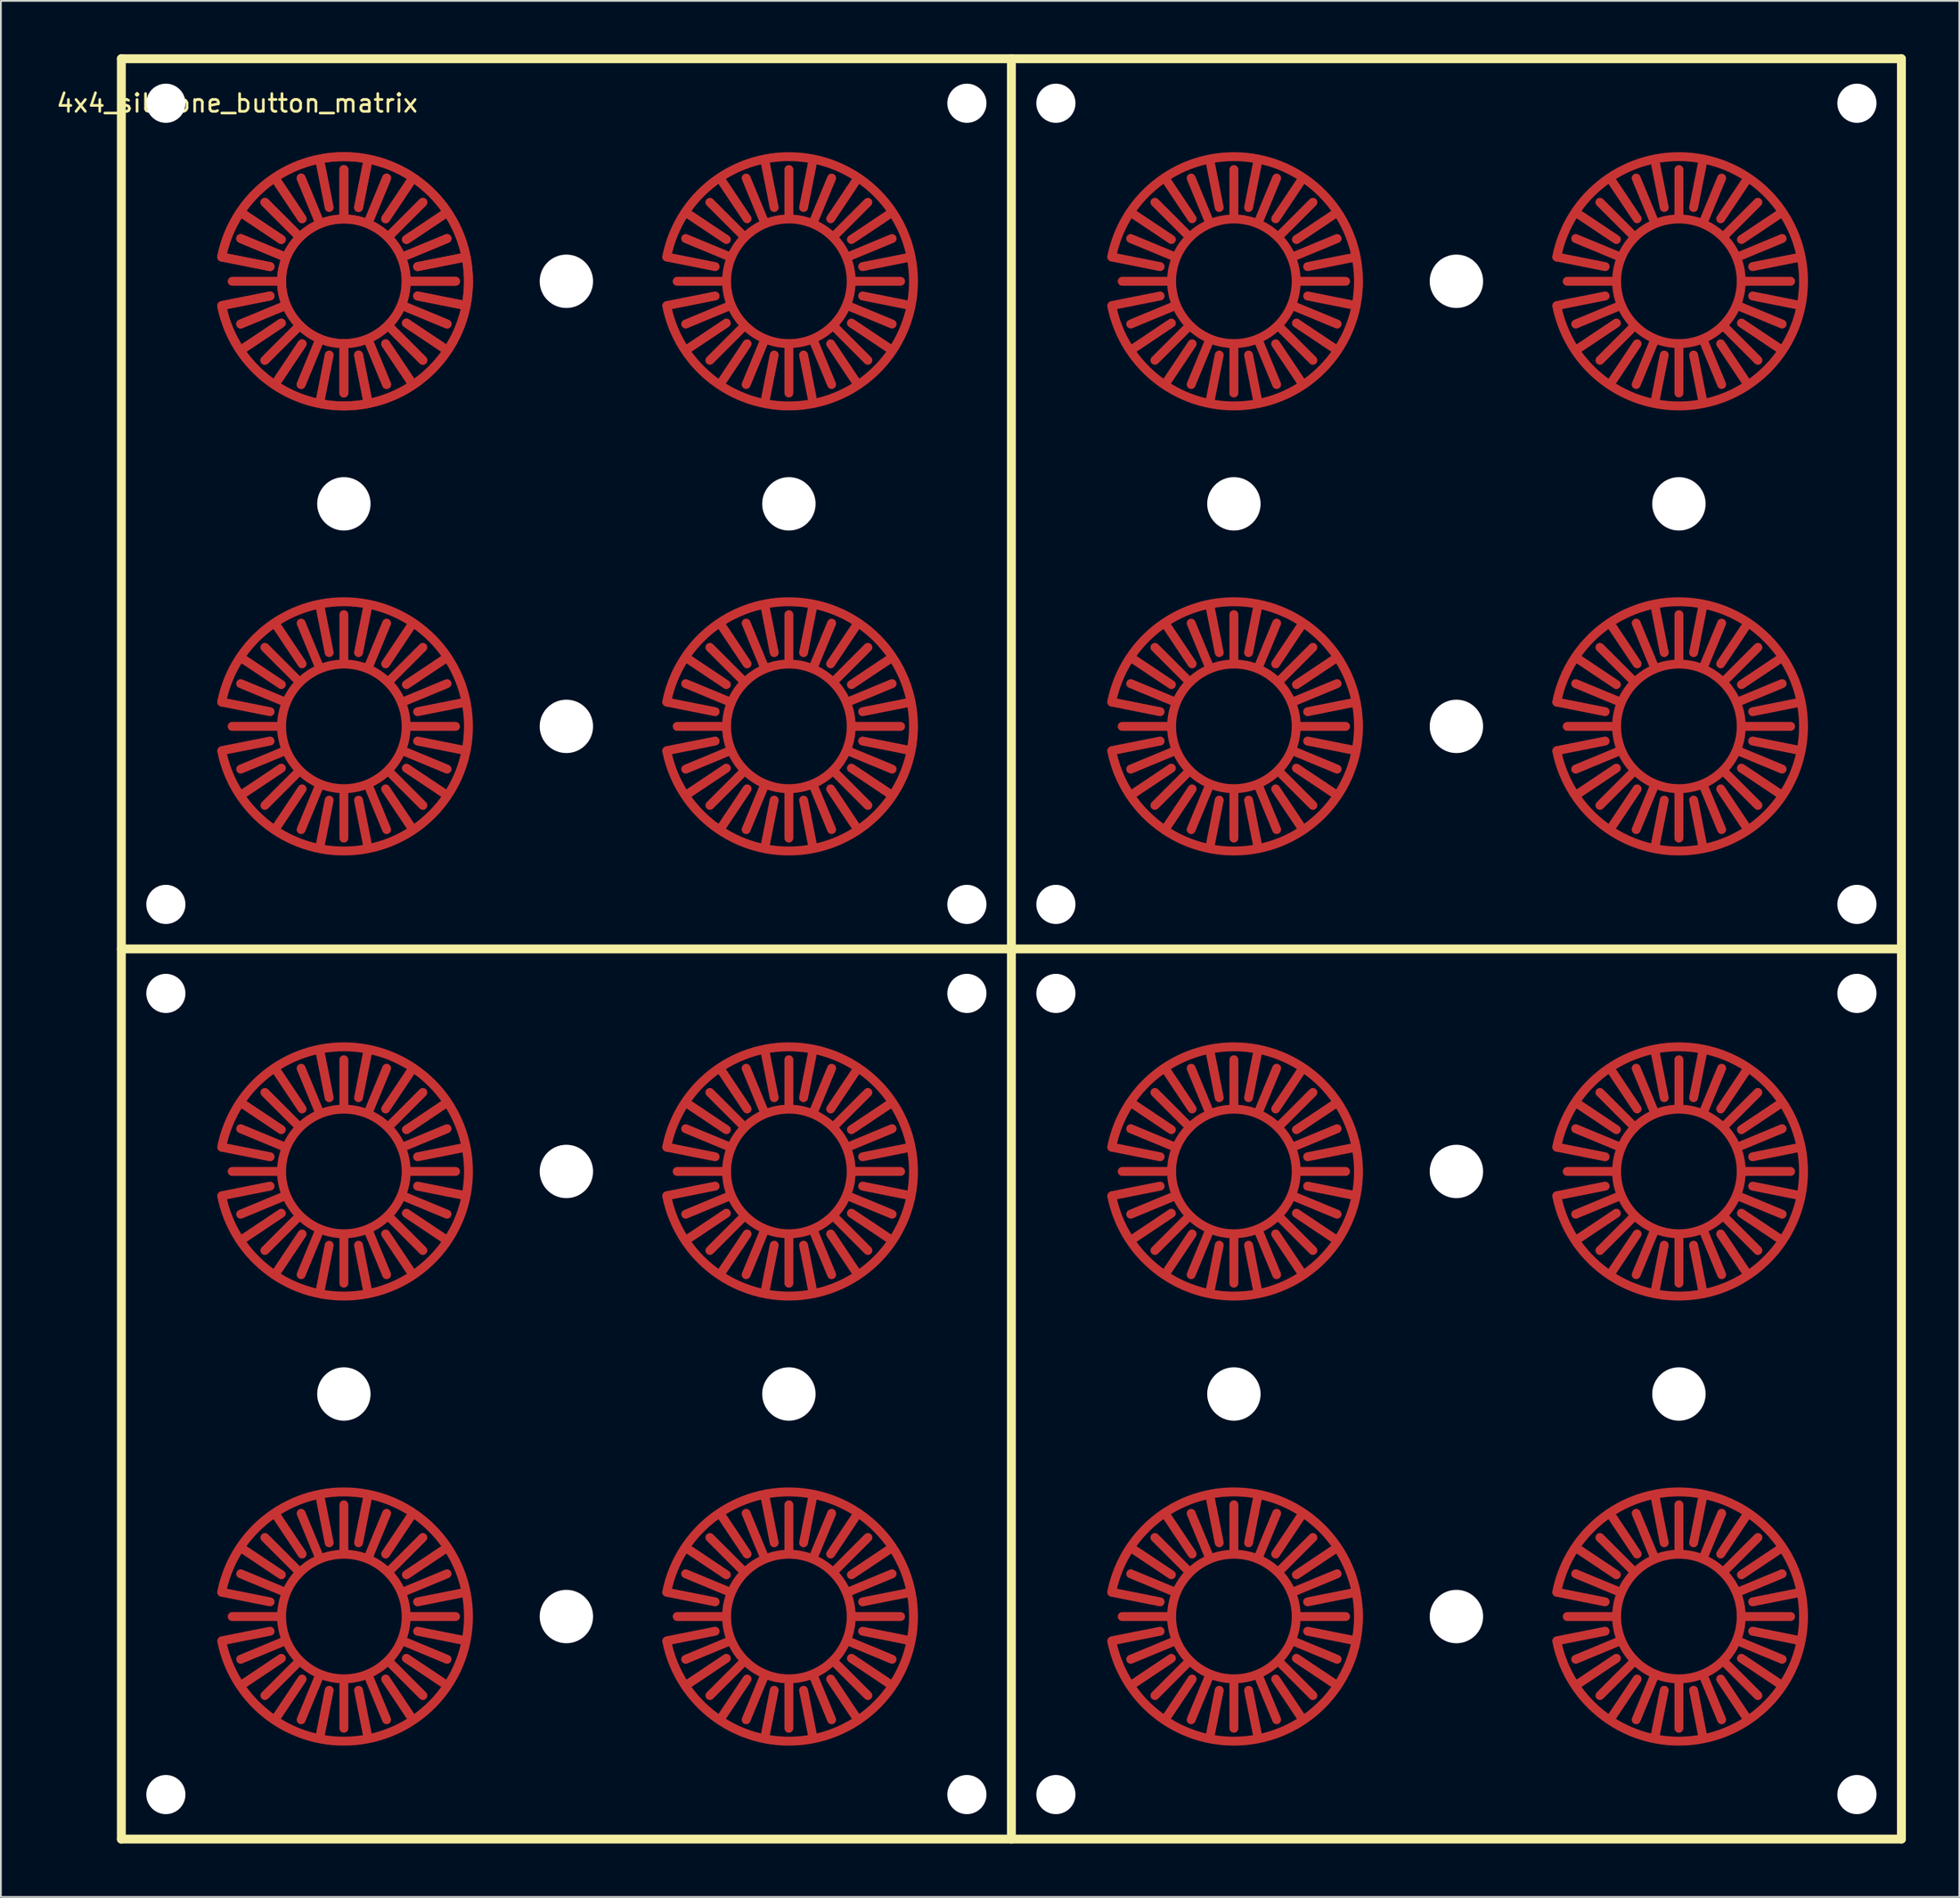
<source format=kicad_pcb>
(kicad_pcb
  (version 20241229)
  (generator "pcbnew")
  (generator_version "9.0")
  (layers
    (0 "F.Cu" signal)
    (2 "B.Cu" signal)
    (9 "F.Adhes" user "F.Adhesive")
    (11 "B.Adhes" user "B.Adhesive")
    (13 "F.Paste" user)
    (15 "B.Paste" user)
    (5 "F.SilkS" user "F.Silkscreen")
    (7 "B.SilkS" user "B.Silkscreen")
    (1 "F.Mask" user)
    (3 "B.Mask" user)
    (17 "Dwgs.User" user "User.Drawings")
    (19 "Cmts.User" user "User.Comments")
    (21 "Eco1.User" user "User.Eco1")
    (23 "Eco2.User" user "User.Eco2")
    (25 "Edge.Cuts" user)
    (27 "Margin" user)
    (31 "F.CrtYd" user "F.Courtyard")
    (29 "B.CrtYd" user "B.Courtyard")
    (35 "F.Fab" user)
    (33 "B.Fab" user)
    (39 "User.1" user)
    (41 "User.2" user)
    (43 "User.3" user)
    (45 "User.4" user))
  (footprint "4x4_silicone_button_matrix"
    (layer "F.Cu")
    (at 53.768 50.25)
    (property "Reference" "4x4_silicone_button_matrix" (at -43.5 -47.5 0) (layer "F.SilkS") (effects (font (size 1 1) (thickness 0.15))))
    (attr through_hole)
    (fp_arc (start -44.365497 -38.865632) (mid -30.500003 -37.506109) (end -44.363103 -36.122387) (stroke (width 0.5) (type solid)) (layer "F.Cu"))
    (fp_arc (start -44.365497 -38.865632) (mid -30.500003 -37.506109) (end -44.363103 -36.122387) (stroke (width 0.5) (type solid)) (layer "F.Cu"))
    (fp_arc (start -44.365497 -13.865632) (mid -30.500003 -12.506109) (end -44.363103 -11.122387) (stroke (width 0.5) (type solid)) (layer "F.Cu"))
    (fp_arc (start -44.365497 11.134368) (mid -30.500003 12.493891) (end -44.363103 13.877613) (stroke (width 0.5) (type solid)) (layer "F.Cu"))
    (fp_arc (start -44.365497 36.134368) (mid -30.500003 37.493891) (end -44.363103 38.877613) (stroke (width 0.5) (type solid)) (layer "F.Cu"))
    (fp_arc (start -19.365497 -38.865632) (mid -5.500003 -37.506109) (end -19.363103 -36.122387) (stroke (width 0.5) (type solid)) (layer "F.Cu"))
    (fp_arc (start -19.365497 -13.865632) (mid -5.500003 -12.506109) (end -19.363103 -11.122387) (stroke (width 0.5) (type solid)) (layer "F.Cu"))
    (fp_arc (start -19.365497 11.134368) (mid -5.500003 12.493891) (end -19.363103 13.877613) (stroke (width 0.5) (type solid)) (layer "F.Cu"))
    (fp_arc (start -19.365497 36.134368) (mid -5.500003 37.493891) (end -19.363103 38.877613) (stroke (width 0.5) (type solid)) (layer "F.Cu"))
    (fp_arc (start 5.634503 -38.865632) (mid 19.499997 -37.506109) (end 5.636897 -36.122387) (stroke (width 0.5) (type solid)) (layer "F.Cu"))
    (fp_arc (start 5.634503 -13.865632) (mid 19.499997 -12.506109) (end 5.636897 -11.122387) (stroke (width 0.5) (type solid)) (layer "F.Cu"))
    (fp_arc (start 5.634503 11.134368) (mid 19.499997 12.493891) (end 5.636897 13.877613) (stroke (width 0.5) (type solid)) (layer "F.Cu"))
    (fp_arc (start 5.634503 36.134368) (mid 19.499997 37.493891) (end 5.636897 38.877613) (stroke (width 0.5) (type solid)) (layer "F.Cu"))
    (fp_arc (start 30.634503 -38.865632) (mid 44.499997 -37.506109) (end 30.636897 -36.122387) (stroke (width 0.5) (type solid)) (layer "F.Cu"))
    (fp_arc (start 30.634503 -13.865632) (mid 44.499997 -12.506109) (end 30.636897 -11.122387) (stroke (width 0.5) (type solid)) (layer "F.Cu"))
    (fp_arc (start 30.634503 11.134368) (mid 44.499997 12.493891) (end 30.636897 13.877613) (stroke (width 0.5) (type solid)) (layer "F.Cu"))
    (fp_arc (start 30.634503 36.134368) (mid 44.499997 37.493891) (end 30.636897 38.877613) (stroke (width 0.5) (type solid)) (layer "F.Cu"))
    (fp_circle (center -37.5 -37.5) (end -37.5 -34) (stroke (width 0.5) (type solid)) (fill no) (layer "F.Cu"))
    (fp_circle (center -37.5 -37.5) (end -37.5 -34) (stroke (width 0.5) (type solid)) (fill no) (layer "F.Cu"))
    (fp_circle (center -37.5 -12.5) (end -37.5 -9) (stroke (width 0.5) (type solid)) (fill no) (layer "F.Cu"))
    (fp_circle (center -37.5 12.5) (end -37.5 16) (stroke (width 0.5) (type solid)) (fill no) (layer "F.Cu"))
    (fp_circle (center -37.5 37.5) (end -37.5 41) (stroke (width 0.5) (type solid)) (fill no) (layer "F.Cu"))
    (fp_circle (center -12.5 -37.5) (end -12.5 -34) (stroke (width 0.5) (type solid)) (fill no) (layer "F.Cu"))
    (fp_circle (center -12.5 -12.5) (end -12.5 -9) (stroke (width 0.5) (type solid)) (fill no) (layer "F.Cu"))
    (fp_circle (center -12.5 12.5) (end -12.5 16) (stroke (width 0.5) (type solid)) (fill no) (layer "F.Cu"))
    (fp_circle (center -12.5 37.5) (end -12.5 41) (stroke (width 0.5) (type solid)) (fill no) (layer "F.Cu"))
    (fp_circle (center 12.5 -37.5) (end 12.5 -34) (stroke (width 0.5) (type solid)) (fill no) (layer "F.Cu"))
    (fp_circle (center 12.5 -12.5) (end 12.5 -9) (stroke (width 0.5) (type solid)) (fill no) (layer "F.Cu"))
    (fp_circle (center 12.5 12.5) (end 12.5 16) (stroke (width 0.5) (type solid)) (fill no) (layer "F.Cu"))
    (fp_circle (center 12.5 37.5) (end 12.5 41) (stroke (width 0.5) (type solid)) (fill no) (layer "F.Cu"))
    (fp_circle (center 37.5 -37.5) (end 37.5 -34) (stroke (width 0.5) (type solid)) (fill no) (layer "F.Cu"))
    (fp_circle (center 37.5 -12.5) (end 37.5 -9) (stroke (width 0.5) (type solid)) (fill no) (layer "F.Cu"))
    (fp_circle (center 37.5 12.5) (end 37.5 16) (stroke (width 0.5) (type solid)) (fill no) (layer "F.Cu"))
    (fp_circle (center 37.5 37.5) (end 37.5 41) (stroke (width 0.5) (type solid)) (fill no) (layer "F.Cu"))
    (fp_circle (center -37.5 -37.5) (end -37.5 -32.25) (stroke (width 4.5) (type solid)) (fill no) (layer "F.Mask"))
    (fp_circle (center -37.5 -12.5) (end -37.5 -7.25) (stroke (width 4.5) (type solid)) (fill no) (layer "F.Mask"))
    (fp_circle (center -37.5 12.5) (end -37.5 17.75) (stroke (width 4.5) (type solid)) (fill no) (layer "F.Mask"))
    (fp_circle (center -37.5 37.5) (end -37.5 42.75) (stroke (width 4.5) (type solid)) (fill no) (layer "F.Mask"))
    (fp_circle (center -12.5 -37.5) (end -12.5 -32.25) (stroke (width 4.5) (type solid)) (fill no) (layer "F.Mask"))
    (fp_circle (center -12.5 -12.5) (end -12.5 -7.25) (stroke (width 4.5) (type solid)) (fill no) (layer "F.Mask"))
    (fp_circle (center -12.5 12.5) (end -12.5 17.75) (stroke (width 4.5) (type solid)) (fill no) (layer "F.Mask"))
    (fp_circle (center -12.5 37.5) (end -12.5 42.75) (stroke (width 4.5) (type solid)) (fill no) (layer "F.Mask"))
    (fp_circle (center 12.5 -37.5) (end 12.5 -32.25) (stroke (width 4.5) (type solid)) (fill no) (layer "F.Mask"))
    (fp_circle (center 12.5 -12.5) (end 12.5 -7.25) (stroke (width 4.5) (type solid)) (fill no) (layer "F.Mask"))
    (fp_circle (center 12.5 12.5) (end 12.5 17.75) (stroke (width 4.5) (type solid)) (fill no) (layer "F.Mask"))
    (fp_circle (center 12.5 37.5) (end 12.5 42.75) (stroke (width 4.5) (type solid)) (fill no) (layer "F.Mask"))
    (fp_circle (center 37.5 -37.5) (end 37.5 -32.25) (stroke (width 4.5) (type solid)) (fill no) (layer "F.Mask"))
    (fp_circle (center 37.5 -12.5) (end 37.5 -7.25) (stroke (width 4.5) (type solid)) (fill no) (layer "F.Mask"))
    (fp_circle (center 37.5 12.5) (end 37.5 17.75) (stroke (width 4.5) (type solid)) (fill no) (layer "F.Mask"))
    (fp_circle (center 37.5 37.5) (end 37.5 42.75) (stroke (width 4.5) (type solid)) (fill no) (layer "F.Mask"))
    (fp_circle (center -47.5 -47.5) (end -47.5 -46.5) (stroke (width 2) (type solid)) (fill no) (layer "B.Mask"))
    (fp_circle (center -47.5 -2.5) (end -47.5 -1.5) (stroke (width 2) (type solid)) (fill no) (layer "B.Mask"))
    (fp_circle (center -47.5 2.5) (end -47.5 3.5) (stroke (width 2) (type solid)) (fill no) (layer "B.Mask"))
    (fp_circle (center -47.5 47.5) (end -47.5 48.5) (stroke (width 2) (type solid)) (fill no) (layer "B.Mask"))
    (fp_circle (center -2.5 -47.5) (end -2.5 -46.5) (stroke (width 2) (type solid)) (fill no) (layer "B.Mask"))
    (fp_circle (center -2.5 -2.5) (end -2.5 -1.5) (stroke (width 2) (type solid)) (fill no) (layer "B.Mask"))
    (fp_circle (center -2.5 2.5) (end -2.5 3.5) (stroke (width 2) (type solid)) (fill no) (layer "B.Mask"))
    (fp_circle (center -2.5 47.5) (end -2.5 48.5) (stroke (width 2) (type solid)) (fill no) (layer "B.Mask"))
    (fp_circle (center 2.5 -47.5) (end 2.5 -46.5) (stroke (width 2) (type solid)) (fill no) (layer "B.Mask"))
    (fp_circle (center 2.5 -2.5) (end 2.5 -1.5) (stroke (width 2) (type solid)) (fill no) (layer "B.Mask"))
    (fp_circle (center 2.5 2.5) (end 2.5 3.5) (stroke (width 2) (type solid)) (fill no) (layer "B.Mask"))
    (fp_circle (center 2.5 47.5) (end 2.5 48.5) (stroke (width 2) (type solid)) (fill no) (layer "B.Mask"))
    (fp_circle (center 47.5 -47.5) (end 47.5 -46.5) (stroke (width 2) (type solid)) (fill no) (layer "B.Mask"))
    (fp_circle (center 47.5 -2.5) (end 47.5 -1.5) (stroke (width 2) (type solid)) (fill no) (layer "B.Mask"))
    (fp_circle (center 47.5 2.5) (end 47.5 3.5) (stroke (width 2) (type solid)) (fill no) (layer "B.Mask"))
    (fp_circle (center 47.5 47.5) (end 47.5 48.5) (stroke (width 2) (type solid)) (fill no) (layer "B.Mask"))
    (fp_line (start -50 -50) (end -50 50) (stroke (width 0.5) (type solid)) (layer "F.SilkS"))
    (fp_line (start -50 -50) (end 50 -50) (stroke (width 0.5) (type solid)) (layer "F.SilkS"))
    (fp_line (start -50 0) (end 50 0) (stroke (width 0.5) (type solid)) (layer "F.SilkS"))
    (fp_line (start -50 50) (end 50 50) (stroke (width 0.5) (type solid)) (layer "F.SilkS"))
    (fp_line (start 0 -50) (end 0 50) (stroke (width 0.5) (type solid)) (layer "F.SilkS"))
    (fp_line (start 50 -50) (end 50 50) (stroke (width 0.5) (type solid)) (layer "F.SilkS"))
    (pad "" np_thru_hole circle (at -47.5 -47.5 90) (size 2.2 2.2) (drill 2.2) (layers "*.Cu" "*.Mask"))
    (pad "" np_thru_hole circle (at -47.5 -2.5 90) (size 2.2 2.2) (drill 2.2) (layers "*.Cu" "*.Mask"))
    (pad "" np_thru_hole circle (at -47.5 2.5 90) (size 2.2 2.2) (drill 2.2) (layers "*.Cu" "*.Mask"))
    (pad "" np_thru_hole circle (at -47.5 47.5 90) (size 2.2 2.2) (drill 2.2) (layers "*.Cu" "*.Mask"))
    (pad "" smd oval (at -42.992 -38.593 78.75) (size 0.5 3.25) (layers "F.Cu" "F.Mask"))
    (pad "" smd oval (at -42.992 -38.593 78.75) (size 0.5 3.25) (layers "F.Cu" "F.Mask"))
    (pad "" smd oval (at -42.992 -36.407 101.25) (size 0.5 3.25) (layers "F.Cu" "F.Mask"))
    (pad "" smd oval (at -42.992 -36.407 101.25) (size 0.5 3.25) (layers "F.Cu" "F.Mask"))
    (pad "" smd oval (at -42.992 -13.593 78.75) (size 0.5 3.25) (layers "F.Cu" "F.Mask"))
    (pad "" smd oval (at -42.992 -11.407 101.25) (size 0.5 3.25) (layers "F.Cu" "F.Mask"))
    (pad "" smd oval (at -42.992 11.407 78.75) (size 0.5 3.25) (layers "F.Cu" "F.Mask"))
    (pad "" smd oval (at -42.992 13.593 101.25) (size 0.5 3.25) (layers "F.Cu" "F.Mask"))
    (pad "" smd oval (at -42.992 36.407 78.75) (size 0.5 3.25) (layers "F.Cu" "F.Mask"))
    (pad "" smd oval (at -42.992 38.593 101.25) (size 0.5 3.25) (layers "F.Cu" "F.Mask"))
    (pad "" smd oval (at -42.156 -40.611 56.25) (size 0.5 3.25) (layers "F.Cu" "F.Mask"))
    (pad "" smd oval (at -42.156 -40.611 56.25) (size 0.5 3.25) (layers "F.Cu" "F.Mask"))
    (pad "" smd oval (at -42.156 -34.389 123.75) (size 0.5 3.25) (layers "F.Cu" "F.Mask"))
    (pad "" smd oval (at -42.156 -34.389 123.75) (size 0.5 3.25) (layers "F.Cu" "F.Mask"))
    (pad "" smd oval (at -42.156 -15.611 56.25) (size 0.5 3.25) (layers "F.Cu" "F.Mask"))
    (pad "" smd oval (at -42.156 -9.389 123.75) (size 0.5 3.25) (layers "F.Cu" "F.Mask"))
    (pad "" smd oval (at -42.156 9.389 56.25) (size 0.5 3.25) (layers "F.Cu" "F.Mask"))
    (pad "" smd oval (at -42.156 15.611 123.75) (size 0.5 3.25) (layers "F.Cu" "F.Mask"))
    (pad "" smd oval (at -42.156 34.389 56.25) (size 0.5 3.25) (layers "F.Cu" "F.Mask"))
    (pad "" smd oval (at -42.156 40.611 123.75) (size 0.5 3.25) (layers "F.Cu" "F.Mask"))
    (pad "" smd oval (at -42.027 -39.375 67.5) (size 0.5 3.25) (layers "F.Cu" "F.Mask"))
    (pad "" smd oval (at -42.027 -39.375 67.5) (size 0.5 3.25) (layers "F.Cu" "F.Mask"))
    (pad "" smd oval (at -42.027 -35.625 112.5) (size 0.5 3.25) (layers "F.Cu" "F.Mask"))
    (pad "" smd oval (at -42.027 -35.625 112.5) (size 0.5 3.25) (layers "F.Cu" "F.Mask"))
    (pad "" smd oval (at -42.027 -14.375 67.5) (size 0.5 3.25) (layers "F.Cu" "F.Mask"))
    (pad "" smd oval (at -42.027 -10.625 112.5) (size 0.5 3.25) (layers "F.Cu" "F.Mask"))
    (pad "" smd oval (at -42.027 10.625 67.5) (size 0.5 3.25) (layers "F.Cu" "F.Mask"))
    (pad "" smd oval (at -42.027 14.375 112.5) (size 0.5 3.25) (layers "F.Cu" "F.Mask"))
    (pad "" smd oval (at -42.027 35.625 67.5) (size 0.5 3.25) (layers "F.Cu" "F.Mask"))
    (pad "" smd oval (at -42.027 39.375 112.5) (size 0.5 3.25) (layers "F.Cu" "F.Mask"))
    (pad "" smd oval (at -40.965 -40.965 45) (size 0.5 3.25) (layers "F.Cu" "F.Mask"))
    (pad "" smd oval (at -40.965 -40.965 45) (size 0.5 3.25) (layers "F.Cu" "F.Mask"))
    (pad "" smd oval (at -40.965 -34.035 135) (size 0.5 3.25) (layers "F.Cu" "F.Mask"))
    (pad "" smd oval (at -40.965 -34.035 135) (size 0.5 3.25) (layers "F.Cu" "F.Mask"))
    (pad "" smd oval (at -40.965 -15.965 45) (size 0.5 3.25) (layers "F.Cu" "F.Mask"))
    (pad "" smd oval (at -40.965 -9.035 135) (size 0.5 3.25) (layers "F.Cu" "F.Mask"))
    (pad "" smd oval (at -40.965 9.035 45) (size 0.5 3.25) (layers "F.Cu" "F.Mask"))
    (pad "" smd oval (at -40.965 15.965 135) (size 0.5 3.25) (layers "F.Cu" "F.Mask"))
    (pad "" smd oval (at -40.965 34.035 45) (size 0.5 3.25) (layers "F.Cu" "F.Mask"))
    (pad "" smd oval (at -40.965 40.965 135) (size 0.5 3.25) (layers "F.Cu" "F.Mask"))
    (pad "" smd oval (at -40.611 -42.156 33.75) (size 0.5 3.25) (layers "F.Cu" "F.Mask"))
    (pad "" smd oval (at -40.611 -42.156 33.75) (size 0.5 3.25) (layers "F.Cu" "F.Mask"))
    (pad "" smd oval (at -40.611 -32.844 146.25) (size 0.5 3.25) (layers "F.Cu" "F.Mask"))
    (pad "" smd oval (at -40.611 -32.844 146.25) (size 0.5 3.25) (layers "F.Cu" "F.Mask"))
    (pad "" smd oval (at -40.611 -17.156 33.75) (size 0.5 3.25) (layers "F.Cu" "F.Mask"))
    (pad "" smd oval (at -40.611 -7.844 146.25) (size 0.5 3.25) (layers "F.Cu" "F.Mask"))
    (pad "" smd oval (at -40.611 7.844 33.75) (size 0.5 3.25) (layers "F.Cu" "F.Mask"))
    (pad "" smd oval (at -40.611 17.156 146.25) (size 0.5 3.25) (layers "F.Cu" "F.Mask"))
    (pad "" smd oval (at -40.611 32.844 33.75) (size 0.5 3.25) (layers "F.Cu" "F.Mask"))
    (pad "" smd oval (at -40.611 42.156 146.25) (size 0.5 3.25) (layers "F.Cu" "F.Mask"))
    (pad "" smd oval (at -39.375 -42.027 22.5) (size 0.5 3.25) (layers "F.Cu" "F.Mask"))
    (pad "" smd oval (at -39.375 -42.027 22.5) (size 0.5 3.25) (layers "F.Cu" "F.Mask"))
    (pad "" smd oval (at -39.375 -32.973 157.5) (size 0.5 3.25) (layers "F.Cu" "F.Mask"))
    (pad "" smd oval (at -39.375 -32.973 157.5) (size 0.5 3.25) (layers "F.Cu" "F.Mask"))
    (pad "" smd oval (at -39.375 -17.027 22.5) (size 0.5 3.25) (layers "F.Cu" "F.Mask"))
    (pad "" smd oval (at -39.375 -7.973 157.5) (size 0.5 3.25) (layers "F.Cu" "F.Mask"))
    (pad "" smd oval (at -39.375 7.973 22.5) (size 0.5 3.25) (layers "F.Cu" "F.Mask"))
    (pad "" smd oval (at -39.375 17.027 157.5) (size 0.5 3.25) (layers "F.Cu" "F.Mask"))
    (pad "" smd oval (at -39.375 32.973 22.5) (size 0.5 3.25) (layers "F.Cu" "F.Mask"))
    (pad "" smd oval (at -39.375 42.027 157.5) (size 0.5 3.25) (layers "F.Cu" "F.Mask"))
    (pad "" smd oval (at -38.593 -42.992 11.25) (size 0.5 3.25) (layers "F.Cu" "F.Mask"))
    (pad "" smd oval (at -38.593 -17.992 11.25) (size 0.5 3.25) (layers "F.Cu" "F.Mask"))
    (pad "" smd oval (at -38.593 7.008 11.25) (size 0.5 3.25) (layers "F.Cu" "F.Mask"))
    (pad "" smd oval (at -38.593 32.008 11.25) (size 0.5 3.25) (layers "F.Cu" "F.Mask"))
    (pad "" smd oval (at -37.5 -42.4) (size 0.5 3.25) (layers "F.Cu" "F.Mask"))
    (pad "" smd oval (at -37.5 -42.4) (size 0.5 3.25) (layers "F.Cu" "F.Mask"))
    (pad "" smd oval (at -37.5 -32.6 180) (size 0.5 3.25) (layers "F.Cu" "F.Mask"))
    (pad "" smd oval (at -37.5 -32.6 180) (size 0.5 3.25) (layers "F.Cu" "F.Mask"))
    (pad "" np_thru_hole circle (at -37.5 -25 90) (size 3 3) (drill 3) (layers "*.Cu" "*.Mask"))
    (pad "" smd oval (at -37.5 -17.4) (size 0.5 3.25) (layers "F.Cu" "F.Mask"))
    (pad "" smd oval (at -37.5 -7.6 180) (size 0.5 3.25) (layers "F.Cu" "F.Mask"))
    (pad "" smd oval (at -37.5 7.6) (size 0.5 3.25) (layers "F.Cu" "F.Mask"))
    (pad "" smd oval (at -37.5 17.4 180) (size 0.5 3.25) (layers "F.Cu" "F.Mask"))
    (pad "" np_thru_hole circle (at -37.5 25 90) (size 3 3) (drill 3) (layers "*.Cu" "*.Mask"))
    (pad "" smd oval (at -37.5 32.6) (size 0.5 3.25) (layers "F.Cu" "F.Mask"))
    (pad "" smd oval (at -37.5 42.4 180) (size 0.5 3.25) (layers "F.Cu" "F.Mask"))
    (pad "" smd oval (at -36.407 -42.992 348.75) (size 0.5 3.25) (layers "F.Cu" "F.Mask"))
    (pad "" smd oval (at -36.407 -42.992 348.75) (size 0.5 3.25) (layers "F.Cu" "F.Mask"))
    (pad "" smd oval (at -36.407 -32.008 191.25) (size 0.5 3.25) (layers "F.Cu" "F.Mask"))
    (pad "" smd oval (at -36.407 -32.008 191.25) (size 0.5 3.25) (layers "F.Cu" "F.Mask"))
    (pad "" smd oval (at -36.407 -17.992 348.75) (size 0.5 3.25) (layers "F.Cu" "F.Mask"))
    (pad "" smd oval (at -36.407 -7.008 191.25) (size 0.5 3.25) (layers "F.Cu" "F.Mask"))
    (pad "" smd oval (at -36.407 7.008 348.75) (size 0.5 3.25) (layers "F.Cu" "F.Mask"))
    (pad "" smd oval (at -36.407 17.992 191.25) (size 0.5 3.25) (layers "F.Cu" "F.Mask"))
    (pad "" smd oval (at -36.407 32.008 348.75) (size 0.5 3.25) (layers "F.Cu" "F.Mask"))
    (pad "" smd oval (at -36.407 42.992 191.25) (size 0.5 3.25) (layers "F.Cu" "F.Mask"))
    (pad "" smd oval (at -35.625 -42.027 337.5) (size 0.5 3.25) (layers "F.Cu" "F.Mask"))
    (pad "" smd oval (at -35.625 -42.027 337.5) (size 0.5 3.25) (layers "F.Cu" "F.Mask"))
    (pad "" smd oval (at -35.625 -32.973 202.5) (size 0.5 3.25) (layers "F.Cu" "F.Mask"))
    (pad "" smd oval (at -35.625 -32.973 202.5) (size 0.5 3.25) (layers "F.Cu" "F.Mask"))
    (pad "" smd oval (at -35.625 -17.027 337.5) (size 0.5 3.25) (layers "F.Cu" "F.Mask"))
    (pad "" smd oval (at -35.625 -7.973 202.5) (size 0.5 3.25) (layers "F.Cu" "F.Mask"))
    (pad "" smd oval (at -35.625 7.973 337.5) (size 0.5 3.25) (layers "F.Cu" "F.Mask"))
    (pad "" smd oval (at -35.625 17.027 202.5) (size 0.5 3.25) (layers "F.Cu" "F.Mask"))
    (pad "" smd oval (at -35.625 32.973 337.5) (size 0.5 3.25) (layers "F.Cu" "F.Mask"))
    (pad "" smd oval (at -35.625 42.027 202.5) (size 0.5 3.25) (layers "F.Cu" "F.Mask"))
    (pad "" smd oval (at -34.389 -42.156 326.25) (size 0.5 3.25) (layers "F.Cu" "F.Mask"))
    (pad "" smd oval (at -34.389 -42.156 326.25) (size 0.5 3.25) (layers "F.Cu" "F.Mask"))
    (pad "" smd oval (at -34.389 -32.844 213.75) (size 0.5 3.25) (layers "F.Cu" "F.Mask"))
    (pad "" smd oval (at -34.389 -32.844 213.75) (size 0.5 3.25) (layers "F.Cu" "F.Mask"))
    (pad "" smd oval (at -34.389 -17.156 326.25) (size 0.5 3.25) (layers "F.Cu" "F.Mask"))
    (pad "" smd oval (at -34.389 -7.844 213.75) (size 0.5 3.25) (layers "F.Cu" "F.Mask"))
    (pad "" smd oval (at -34.389 7.844 326.25) (size 0.5 3.25) (layers "F.Cu" "F.Mask"))
    (pad "" smd oval (at -34.389 17.156 213.75) (size 0.5 3.25) (layers "F.Cu" "F.Mask"))
    (pad "" smd oval (at -34.389 32.844 326.25) (size 0.5 3.25) (layers "F.Cu" "F.Mask"))
    (pad "" smd oval (at -34.389 42.156 213.75) (size 0.5 3.25) (layers "F.Cu" "F.Mask"))
    (pad "" smd oval (at -34.035 -40.965 315) (size 0.5 3.25) (layers "F.Cu" "F.Mask"))
    (pad "" smd oval (at -34.035 -40.965 315) (size 0.5 3.25) (layers "F.Cu" "F.Mask"))
    (pad "" smd oval (at -34.035 -34.035 225) (size 0.5 3.25) (layers "F.Cu" "F.Mask"))
    (pad "" smd oval (at -34.035 -34.035 225) (size 0.5 3.25) (layers "F.Cu" "F.Mask"))
    (pad "" smd oval (at -34.035 -15.965 315) (size 0.5 3.25) (layers "F.Cu" "F.Mask"))
    (pad "" smd oval (at -34.035 -9.035 225) (size 0.5 3.25) (layers "F.Cu" "F.Mask"))
    (pad "" smd oval (at -34.035 9.035 315) (size 0.5 3.25) (layers "F.Cu" "F.Mask"))
    (pad "" smd oval (at -34.035 15.965 225) (size 0.5 3.25) (layers "F.Cu" "F.Mask"))
    (pad "" smd oval (at -34.035 34.035 315) (size 0.5 3.25) (layers "F.Cu" "F.Mask"))
    (pad "" smd oval (at -34.035 40.965 225) (size 0.5 3.25) (layers "F.Cu" "F.Mask"))
    (pad "" smd oval (at -32.973 -39.375 292.5) (size 0.5 3.25) (layers "F.Cu" "F.Mask"))
    (pad "" smd oval (at -32.973 -39.375 292.5) (size 0.5 3.25) (layers "F.Cu" "F.Mask"))
    (pad "" smd oval (at -32.973 -35.625 247.5) (size 0.5 3.25) (layers "F.Cu" "F.Mask"))
    (pad "" smd oval (at -32.973 -35.625 247.5) (size 0.5 3.25) (layers "F.Cu" "F.Mask"))
    (pad "" smd oval (at -32.973 -14.375 292.5) (size 0.5 3.25) (layers "F.Cu" "F.Mask"))
    (pad "" smd oval (at -32.973 -10.625 247.5) (size 0.5 3.25) (layers "F.Cu" "F.Mask"))
    (pad "" smd oval (at -32.973 10.625 292.5) (size 0.5 3.25) (layers "F.Cu" "F.Mask"))
    (pad "" smd oval (at -32.973 14.375 247.5) (size 0.5 3.25) (layers "F.Cu" "F.Mask"))
    (pad "" smd oval (at -32.973 35.625 292.5) (size 0.5 3.25) (layers "F.Cu" "F.Mask"))
    (pad "" smd oval (at -32.973 39.375 247.5) (size 0.5 3.25) (layers "F.Cu" "F.Mask"))
    (pad "" smd oval (at -32.844 -40.611 303.75) (size 0.5 3.25) (layers "F.Cu" "F.Mask"))
    (pad "" smd oval (at -32.844 -40.611 303.75) (size 0.5 3.25) (layers "F.Cu" "F.Mask"))
    (pad "" smd oval (at -32.844 -34.389 236.25) (size 0.5 3.25) (layers "F.Cu" "F.Mask"))
    (pad "" smd oval (at -32.844 -34.389 236.25) (size 0.5 3.25) (layers "F.Cu" "F.Mask"))
    (pad "" smd oval (at -32.844 -15.611 303.75) (size 0.5 3.25) (layers "F.Cu" "F.Mask"))
    (pad "" smd oval (at -32.844 -9.389 236.25) (size 0.5 3.25) (layers "F.Cu" "F.Mask"))
    (pad "" smd oval (at -32.844 9.389 303.75) (size 0.5 3.25) (layers "F.Cu" "F.Mask"))
    (pad "" smd oval (at -32.844 15.611 236.25) (size 0.5 3.25) (layers "F.Cu" "F.Mask"))
    (pad "" smd oval (at -32.844 34.389 303.75) (size 0.5 3.25) (layers "F.Cu" "F.Mask"))
    (pad "" smd oval (at -32.844 40.611 236.25) (size 0.5 3.25) (layers "F.Cu" "F.Mask"))
    (pad "" smd oval (at -32.6 -37.5 270) (size 0.5 3.25) (layers "F.Cu" "F.Mask"))
    (pad "" smd oval (at -32.6 -37.5 270) (size 0.5 3.25) (layers "F.Cu" "F.Mask"))
    (pad "" smd oval (at -32.6 -12.5 270) (size 0.5 3.25) (layers "F.Cu" "F.Mask"))
    (pad "" smd oval (at -32.6 12.5 270) (size 0.5 3.25) (layers "F.Cu" "F.Mask"))
    (pad "" smd oval (at -32.6 37.5 270) (size 0.5 3.25) (layers "F.Cu" "F.Mask"))
    (pad "" smd oval (at -32.008 -38.593 281.25) (size 0.5 3.25) (layers "F.Cu" "F.Mask"))
    (pad "" smd oval (at -32.008 -38.593 281.25) (size 0.5 3.25) (layers "F.Cu" "F.Mask"))
    (pad "" smd oval (at -32.008 -36.407 258.75) (size 0.5 3.25) (layers "F.Cu" "F.Mask"))
    (pad "" smd oval (at -32.008 -36.407 258.75) (size 0.5 3.25) (layers "F.Cu" "F.Mask"))
    (pad "" smd oval (at -32.008 -13.593 281.25) (size 0.5 3.25) (layers "F.Cu" "F.Mask"))
    (pad "" smd oval (at -32.008 -11.407 258.75) (size 0.5 3.25) (layers "F.Cu" "F.Mask"))
    (pad "" smd oval (at -32.008 11.407 281.25) (size 0.5 3.25) (layers "F.Cu" "F.Mask"))
    (pad "" smd oval (at -32.008 13.593 258.75) (size 0.5 3.25) (layers "F.Cu" "F.Mask"))
    (pad "" smd oval (at -32.008 36.407 281.25) (size 0.5 3.25) (layers "F.Cu" "F.Mask"))
    (pad "" smd oval (at -32.008 38.593 258.75) (size 0.5 3.25) (layers "F.Cu" "F.Mask"))
    (pad "" np_thru_hole circle (at -25 -37.5 90) (size 3 3) (drill 3) (layers "*.Cu" "*.Mask"))
    (pad "" np_thru_hole circle (at -25 -12.5 90) (size 3 3) (drill 3) (layers "*.Cu" "*.Mask"))
    (pad "" np_thru_hole circle (at -25 12.5 90) (size 3 3) (drill 3) (layers "*.Cu" "*.Mask"))
    (pad "" np_thru_hole circle (at -25 37.5 90) (size 3 3) (drill 3) (layers "*.Cu" "*.Mask"))
    (pad "" smd oval (at -17.992 -38.593 78.75) (size 0.5 3.25) (layers "F.Cu" "F.Mask"))
    (pad "" smd oval (at -17.992 -36.407 101.25) (size 0.5 3.25) (layers "F.Cu" "F.Mask"))
    (pad "" smd oval (at -17.992 -13.593 78.75) (size 0.5 3.25) (layers "F.Cu" "F.Mask"))
    (pad "" smd oval (at -17.992 -11.407 101.25) (size 0.5 3.25) (layers "F.Cu" "F.Mask"))
    (pad "" smd oval (at -17.992 11.407 78.75) (size 0.5 3.25) (layers "F.Cu" "F.Mask"))
    (pad "" smd oval (at -17.992 13.593 101.25) (size 0.5 3.25) (layers "F.Cu" "F.Mask"))
    (pad "" smd oval (at -17.992 36.407 78.75) (size 0.5 3.25) (layers "F.Cu" "F.Mask"))
    (pad "" smd oval (at -17.992 38.593 101.25) (size 0.5 3.25) (layers "F.Cu" "F.Mask"))
    (pad "" smd oval (at -17.156 -40.611 56.25) (size 0.5 3.25) (layers "F.Cu" "F.Mask"))
    (pad "" smd oval (at -17.156 -34.389 123.75) (size 0.5 3.25) (layers "F.Cu" "F.Mask"))
    (pad "" smd oval (at -17.156 -15.611 56.25) (size 0.5 3.25) (layers "F.Cu" "F.Mask"))
    (pad "" smd oval (at -17.156 -9.389 123.75) (size 0.5 3.25) (layers "F.Cu" "F.Mask"))
    (pad "" smd oval (at -17.156 9.389 56.25) (size 0.5 3.25) (layers "F.Cu" "F.Mask"))
    (pad "" smd oval (at -17.156 15.611 123.75) (size 0.5 3.25) (layers "F.Cu" "F.Mask"))
    (pad "" smd oval (at -17.156 34.389 56.25) (size 0.5 3.25) (layers "F.Cu" "F.Mask"))
    (pad "" smd oval (at -17.156 40.611 123.75) (size 0.5 3.25) (layers "F.Cu" "F.Mask"))
    (pad "" smd oval (at -17.027 -39.375 67.5) (size 0.5 3.25) (layers "F.Cu" "F.Mask"))
    (pad "" smd oval (at -17.027 -35.625 112.5) (size 0.5 3.25) (layers "F.Cu" "F.Mask"))
    (pad "" smd oval (at -17.027 -14.375 67.5) (size 0.5 3.25) (layers "F.Cu" "F.Mask"))
    (pad "" smd oval (at -17.027 -10.625 112.5) (size 0.5 3.25) (layers "F.Cu" "F.Mask"))
    (pad "" smd oval (at -17.027 10.625 67.5) (size 0.5 3.25) (layers "F.Cu" "F.Mask"))
    (pad "" smd oval (at -17.027 14.375 112.5) (size 0.5 3.25) (layers "F.Cu" "F.Mask"))
    (pad "" smd oval (at -17.027 35.625 67.5) (size 0.5 3.25) (layers "F.Cu" "F.Mask"))
    (pad "" smd oval (at -17.027 39.375 112.5) (size 0.5 3.25) (layers "F.Cu" "F.Mask"))
    (pad "" smd oval (at -15.965 -40.965 45) (size 0.5 3.25) (layers "F.Cu" "F.Mask"))
    (pad "" smd oval (at -15.965 -34.035 135) (size 0.5 3.25) (layers "F.Cu" "F.Mask"))
    (pad "" smd oval (at -15.965 -15.965 45) (size 0.5 3.25) (layers "F.Cu" "F.Mask"))
    (pad "" smd oval (at -15.965 -9.035 135) (size 0.5 3.25) (layers "F.Cu" "F.Mask"))
    (pad "" smd oval (at -15.965 9.035 45) (size 0.5 3.25) (layers "F.Cu" "F.Mask"))
    (pad "" smd oval (at -15.965 15.965 135) (size 0.5 3.25) (layers "F.Cu" "F.Mask"))
    (pad "" smd oval (at -15.965 34.035 45) (size 0.5 3.25) (layers "F.Cu" "F.Mask"))
    (pad "" smd oval (at -15.965 40.965 135) (size 0.5 3.25) (layers "F.Cu" "F.Mask"))
    (pad "" smd oval (at -15.611 -42.156 33.75) (size 0.5 3.25) (layers "F.Cu" "F.Mask"))
    (pad "" smd oval (at -15.611 -32.844 146.25) (size 0.5 3.25) (layers "F.Cu" "F.Mask"))
    (pad "" smd oval (at -15.611 -17.156 33.75) (size 0.5 3.25) (layers "F.Cu" "F.Mask"))
    (pad "" smd oval (at -15.611 -7.844 146.25) (size 0.5 3.25) (layers "F.Cu" "F.Mask"))
    (pad "" smd oval (at -15.611 7.844 33.75) (size 0.5 3.25) (layers "F.Cu" "F.Mask"))
    (pad "" smd oval (at -15.611 17.156 146.25) (size 0.5 3.25) (layers "F.Cu" "F.Mask"))
    (pad "" smd oval (at -15.611 32.844 33.75) (size 0.5 3.25) (layers "F.Cu" "F.Mask"))
    (pad "" smd oval (at -15.611 42.156 146.25) (size 0.5 3.25) (layers "F.Cu" "F.Mask"))
    (pad "" smd oval (at -14.375 -42.027 22.5) (size 0.5 3.25) (layers "F.Cu" "F.Mask"))
    (pad "" smd oval (at -14.375 -32.973 157.5) (size 0.5 3.25) (layers "F.Cu" "F.Mask"))
    (pad "" smd oval (at -14.375 -17.027 22.5) (size 0.5 3.25) (layers "F.Cu" "F.Mask"))
    (pad "" smd oval (at -14.375 -7.973 157.5) (size 0.5 3.25) (layers "F.Cu" "F.Mask"))
    (pad "" smd oval (at -14.375 7.973 22.5) (size 0.5 3.25) (layers "F.Cu" "F.Mask"))
    (pad "" smd oval (at -14.375 17.027 157.5) (size 0.5 3.25) (layers "F.Cu" "F.Mask"))
    (pad "" smd oval (at -14.375 32.973 22.5) (size 0.5 3.25) (layers "F.Cu" "F.Mask"))
    (pad "" smd oval (at -14.375 42.027 157.5) (size 0.5 3.25) (layers "F.Cu" "F.Mask"))
    (pad "" smd oval (at -13.593 -42.992 11.25) (size 0.5 3.25) (layers "F.Cu" "F.Mask"))
    (pad "" smd oval (at -13.593 -17.992 11.25) (size 0.5 3.25) (layers "F.Cu" "F.Mask"))
    (pad "" smd oval (at -13.593 7.008 11.25) (size 0.5 3.25) (layers "F.Cu" "F.Mask"))
    (pad "" smd oval (at -13.593 32.008 11.25) (size 0.5 3.25) (layers "F.Cu" "F.Mask"))
    (pad "" smd oval (at -12.5 -42.4) (size 0.5 3.25) (layers "F.Cu" "F.Mask"))
    (pad "" smd oval (at -12.5 -32.6 180) (size 0.5 3.25) (layers "F.Cu" "F.Mask"))
    (pad "" np_thru_hole circle (at -12.5 -25 90) (size 3 3) (drill 3) (layers "*.Cu" "*.Mask"))
    (pad "" smd oval (at -12.5 -17.4) (size 0.5 3.25) (layers "F.Cu" "F.Mask"))
    (pad "" smd oval (at -12.5 -7.6 180) (size 0.5 3.25) (layers "F.Cu" "F.Mask"))
    (pad "" smd oval (at -12.5 7.6) (size 0.5 3.25) (layers "F.Cu" "F.Mask"))
    (pad "" smd oval (at -12.5 17.4 180) (size 0.5 3.25) (layers "F.Cu" "F.Mask"))
    (pad "" np_thru_hole circle (at -12.5 25 90) (size 3 3) (drill 3) (layers "*.Cu" "*.Mask"))
    (pad "" smd oval (at -12.5 32.6) (size 0.5 3.25) (layers "F.Cu" "F.Mask"))
    (pad "" smd oval (at -12.5 42.4 180) (size 0.5 3.25) (layers "F.Cu" "F.Mask"))
    (pad "" smd oval (at -11.407 -42.992 348.75) (size 0.5 3.25) (layers "F.Cu" "F.Mask"))
    (pad "" smd oval (at -11.407 -32.008 191.25) (size 0.5 3.25) (layers "F.Cu" "F.Mask"))
    (pad "" smd oval (at -11.407 -17.992 348.75) (size 0.5 3.25) (layers "F.Cu" "F.Mask"))
    (pad "" smd oval (at -11.407 -7.008 191.25) (size 0.5 3.25) (layers "F.Cu" "F.Mask"))
    (pad "" smd oval (at -11.407 7.008 348.75) (size 0.5 3.25) (layers "F.Cu" "F.Mask"))
    (pad "" smd oval (at -11.407 17.992 191.25) (size 0.5 3.25) (layers "F.Cu" "F.Mask"))
    (pad "" smd oval (at -11.407 32.008 348.75) (size 0.5 3.25) (layers "F.Cu" "F.Mask"))
    (pad "" smd oval (at -11.407 42.992 191.25) (size 0.5 3.25) (layers "F.Cu" "F.Mask"))
    (pad "" smd oval (at -10.625 -42.027 337.5) (size 0.5 3.25) (layers "F.Cu" "F.Mask"))
    (pad "" smd oval (at -10.625 -32.973 202.5) (size 0.5 3.25) (layers "F.Cu" "F.Mask"))
    (pad "" smd oval (at -10.625 -17.027 337.5) (size 0.5 3.25) (layers "F.Cu" "F.Mask"))
    (pad "" smd oval (at -10.625 -7.973 202.5) (size 0.5 3.25) (layers "F.Cu" "F.Mask"))
    (pad "" smd oval (at -10.625 7.973 337.5) (size 0.5 3.25) (layers "F.Cu" "F.Mask"))
    (pad "" smd oval (at -10.625 17.027 202.5) (size 0.5 3.25) (layers "F.Cu" "F.Mask"))
    (pad "" smd oval (at -10.625 32.973 337.5) (size 0.5 3.25) (layers "F.Cu" "F.Mask"))
    (pad "" smd oval (at -10.625 42.027 202.5) (size 0.5 3.25) (layers "F.Cu" "F.Mask"))
    (pad "" smd oval (at -9.389 -42.156 326.25) (size 0.5 3.25) (layers "F.Cu" "F.Mask"))
    (pad "" smd oval (at -9.389 -32.844 213.75) (size 0.5 3.25) (layers "F.Cu" "F.Mask"))
    (pad "" smd oval (at -9.389 -17.156 326.25) (size 0.5 3.25) (layers "F.Cu" "F.Mask"))
    (pad "" smd oval (at -9.389 -7.844 213.75) (size 0.5 3.25) (layers "F.Cu" "F.Mask"))
    (pad "" smd oval (at -9.389 7.844 326.25) (size 0.5 3.25) (layers "F.Cu" "F.Mask"))
    (pad "" smd oval (at -9.389 17.156 213.75) (size 0.5 3.25) (layers "F.Cu" "F.Mask"))
    (pad "" smd oval (at -9.389 32.844 326.25) (size 0.5 3.25) (layers "F.Cu" "F.Mask"))
    (pad "" smd oval (at -9.389 42.156 213.75) (size 0.5 3.25) (layers "F.Cu" "F.Mask"))
    (pad "" smd oval (at -9.035 -40.965 315) (size 0.5 3.25) (layers "F.Cu" "F.Mask"))
    (pad "" smd oval (at -9.035 -34.035 225) (size 0.5 3.25) (layers "F.Cu" "F.Mask"))
    (pad "" smd oval (at -9.035 -15.965 315) (size 0.5 3.25) (layers "F.Cu" "F.Mask"))
    (pad "" smd oval (at -9.035 -9.035 225) (size 0.5 3.25) (layers "F.Cu" "F.Mask"))
    (pad "" smd oval (at -9.035 9.035 315) (size 0.5 3.25) (layers "F.Cu" "F.Mask"))
    (pad "" smd oval (at -9.035 15.965 225) (size 0.5 3.25) (layers "F.Cu" "F.Mask"))
    (pad "" smd oval (at -9.035 34.035 315) (size 0.5 3.25) (layers "F.Cu" "F.Mask"))
    (pad "" smd oval (at -9.035 40.965 225) (size 0.5 3.25) (layers "F.Cu" "F.Mask"))
    (pad "" smd oval (at -7.973 -39.375 292.5) (size 0.5 3.25) (layers "F.Cu" "F.Mask"))
    (pad "" smd oval (at -7.973 -35.625 247.5) (size 0.5 3.25) (layers "F.Cu" "F.Mask"))
    (pad "" smd oval (at -7.973 -14.375 292.5) (size 0.5 3.25) (layers "F.Cu" "F.Mask"))
    (pad "" smd oval (at -7.973 -10.625 247.5) (size 0.5 3.25) (layers "F.Cu" "F.Mask"))
    (pad "" smd oval (at -7.973 10.625 292.5) (size 0.5 3.25) (layers "F.Cu" "F.Mask"))
    (pad "" smd oval (at -7.973 14.375 247.5) (size 0.5 3.25) (layers "F.Cu" "F.Mask"))
    (pad "" smd oval (at -7.973 35.625 292.5) (size 0.5 3.25) (layers "F.Cu" "F.Mask"))
    (pad "" smd oval (at -7.973 39.375 247.5) (size 0.5 3.25) (layers "F.Cu" "F.Mask"))
    (pad "" smd oval (at -7.844 -40.611 303.75) (size 0.5 3.25) (layers "F.Cu" "F.Mask"))
    (pad "" smd oval (at -7.844 -34.389 236.25) (size 0.5 3.25) (layers "F.Cu" "F.Mask"))
    (pad "" smd oval (at -7.844 -15.611 303.75) (size 0.5 3.25) (layers "F.Cu" "F.Mask"))
    (pad "" smd oval (at -7.844 -9.389 236.25) (size 0.5 3.25) (layers "F.Cu" "F.Mask"))
    (pad "" smd oval (at -7.844 9.389 303.75) (size 0.5 3.25) (layers "F.Cu" "F.Mask"))
    (pad "" smd oval (at -7.844 15.611 236.25) (size 0.5 3.25) (layers "F.Cu" "F.Mask"))
    (pad "" smd oval (at -7.844 34.389 303.75) (size 0.5 3.25) (layers "F.Cu" "F.Mask"))
    (pad "" smd oval (at -7.844 40.611 236.25) (size 0.5 3.25) (layers "F.Cu" "F.Mask"))
    (pad "" smd oval (at -7.6 -37.5 270) (size 0.5 3.25) (layers "F.Cu" "F.Mask"))
    (pad "" smd oval (at -7.6 -12.5 270) (size 0.5 3.25) (layers "F.Cu" "F.Mask"))
    (pad "" smd oval (at -7.6 12.5 270) (size 0.5 3.25) (layers "F.Cu" "F.Mask"))
    (pad "" smd oval (at -7.6 37.5 270) (size 0.5 3.25) (layers "F.Cu" "F.Mask"))
    (pad "" smd oval (at -7.008 -38.593 281.25) (size 0.5 3.25) (layers "F.Cu" "F.Mask"))
    (pad "" smd oval (at -7.008 -36.407 258.75) (size 0.5 3.25) (layers "F.Cu" "F.Mask"))
    (pad "" smd oval (at -7.008 -13.593 281.25) (size 0.5 3.25) (layers "F.Cu" "F.Mask"))
    (pad "" smd oval (at -7.008 -11.407 258.75) (size 0.5 3.25) (layers "F.Cu" "F.Mask"))
    (pad "" smd oval (at -7.008 11.407 281.25) (size 0.5 3.25) (layers "F.Cu" "F.Mask"))
    (pad "" smd oval (at -7.008 13.593 258.75) (size 0.5 3.25) (layers "F.Cu" "F.Mask"))
    (pad "" smd oval (at -7.008 36.407 281.25) (size 0.5 3.25) (layers "F.Cu" "F.Mask"))
    (pad "" smd oval (at -7.008 38.593 258.75) (size 0.5 3.25) (layers "F.Cu" "F.Mask"))
    (pad "" np_thru_hole circle (at -2.5 -47.5 90) (size 2.2 2.2) (drill 2.2) (layers "*.Cu" "*.Mask"))
    (pad "" np_thru_hole circle (at -2.5 -2.5 90) (size 2.2 2.2) (drill 2.2) (layers "*.Cu" "*.Mask"))
    (pad "" np_thru_hole circle (at -2.5 2.5 90) (size 2.2 2.2) (drill 2.2) (layers "*.Cu" "*.Mask"))
    (pad "" np_thru_hole circle (at -2.5 47.5 90) (size 2.2 2.2) (drill 2.2) (layers "*.Cu" "*.Mask"))
    (pad "" np_thru_hole circle (at 2.5 -47.5 90) (size 2.2 2.2) (drill 2.2) (layers "*.Cu" "*.Mask"))
    (pad "" np_thru_hole circle (at 2.5 -2.5 90) (size 2.2 2.2) (drill 2.2) (layers "*.Cu" "*.Mask"))
    (pad "" np_thru_hole circle (at 2.5 2.5 90) (size 2.2 2.2) (drill 2.2) (layers "*.Cu" "*.Mask"))
    (pad "" np_thru_hole circle (at 2.5 47.5 90) (size 2.2 2.2) (drill 2.2) (layers "*.Cu" "*.Mask"))
    (pad "" smd oval (at 7.008 -38.593 78.75) (size 0.5 3.25) (layers "F.Cu" "F.Mask"))
    (pad "" smd oval (at 7.008 -36.407 101.25) (size 0.5 3.25) (layers "F.Cu" "F.Mask"))
    (pad "" smd oval (at 7.008 -13.593 78.75) (size 0.5 3.25) (layers "F.Cu" "F.Mask"))
    (pad "" smd oval (at 7.008 -11.407 101.25) (size 0.5 3.25) (layers "F.Cu" "F.Mask"))
    (pad "" smd oval (at 7.008 11.407 78.75) (size 0.5 3.25) (layers "F.Cu" "F.Mask"))
    (pad "" smd oval (at 7.008 13.593 101.25) (size 0.5 3.25) (layers "F.Cu" "F.Mask"))
    (pad "" smd oval (at 7.008 36.407 78.75) (size 0.5 3.25) (layers "F.Cu" "F.Mask"))
    (pad "" smd oval (at 7.008 38.593 101.25) (size 0.5 3.25) (layers "F.Cu" "F.Mask"))
    (pad "" smd oval (at 7.844 -40.611 56.25) (size 0.5 3.25) (layers "F.Cu" "F.Mask"))
    (pad "" smd oval (at 7.844 -34.389 123.75) (size 0.5 3.25) (layers "F.Cu" "F.Mask"))
    (pad "" smd oval (at 7.844 -15.611 56.25) (size 0.5 3.25) (layers "F.Cu" "F.Mask"))
    (pad "" smd oval (at 7.844 -9.389 123.75) (size 0.5 3.25) (layers "F.Cu" "F.Mask"))
    (pad "" smd oval (at 7.844 9.389 56.25) (size 0.5 3.25) (layers "F.Cu" "F.Mask"))
    (pad "" smd oval (at 7.844 15.611 123.75) (size 0.5 3.25) (layers "F.Cu" "F.Mask"))
    (pad "" smd oval (at 7.844 34.389 56.25) (size 0.5 3.25) (layers "F.Cu" "F.Mask"))
    (pad "" smd oval (at 7.844 40.611 123.75) (size 0.5 3.25) (layers "F.Cu" "F.Mask"))
    (pad "" smd oval (at 7.973 -39.375 67.5) (size 0.5 3.25) (layers "F.Cu" "F.Mask"))
    (pad "" smd oval (at 7.973 -35.625 112.5) (size 0.5 3.25) (layers "F.Cu" "F.Mask"))
    (pad "" smd oval (at 7.973 -14.375 67.5) (size 0.5 3.25) (layers "F.Cu" "F.Mask"))
    (pad "" smd oval (at 7.973 -10.625 112.5) (size 0.5 3.25) (layers "F.Cu" "F.Mask"))
    (pad "" smd oval (at 7.973 10.625 67.5) (size 0.5 3.25) (layers "F.Cu" "F.Mask"))
    (pad "" smd oval (at 7.973 14.375 112.5) (size 0.5 3.25) (layers "F.Cu" "F.Mask"))
    (pad "" smd oval (at 7.973 35.625 67.5) (size 0.5 3.25) (layers "F.Cu" "F.Mask"))
    (pad "" smd oval (at 7.973 39.375 112.5) (size 0.5 3.25) (layers "F.Cu" "F.Mask"))
    (pad "" smd oval (at 9.035 -40.965 45) (size 0.5 3.25) (layers "F.Cu" "F.Mask"))
    (pad "" smd oval (at 9.035 -34.035 135) (size 0.5 3.25) (layers "F.Cu" "F.Mask"))
    (pad "" smd oval (at 9.035 -15.965 45) (size 0.5 3.25) (layers "F.Cu" "F.Mask"))
    (pad "" smd oval (at 9.035 -9.035 135) (size 0.5 3.25) (layers "F.Cu" "F.Mask"))
    (pad "" smd oval (at 9.035 9.035 45) (size 0.5 3.25) (layers "F.Cu" "F.Mask"))
    (pad "" smd oval (at 9.035 15.965 135) (size 0.5 3.25) (layers "F.Cu" "F.Mask"))
    (pad "" smd oval (at 9.035 34.035 45) (size 0.5 3.25) (layers "F.Cu" "F.Mask"))
    (pad "" smd oval (at 9.035 40.965 135) (size 0.5 3.25) (layers "F.Cu" "F.Mask"))
    (pad "" smd oval (at 9.389 -42.156 33.75) (size 0.5 3.25) (layers "F.Cu" "F.Mask"))
    (pad "" smd oval (at 9.389 -32.844 146.25) (size 0.5 3.25) (layers "F.Cu" "F.Mask"))
    (pad "" smd oval (at 9.389 -17.156 33.75) (size 0.5 3.25) (layers "F.Cu" "F.Mask"))
    (pad "" smd oval (at 9.389 -7.844 146.25) (size 0.5 3.25) (layers "F.Cu" "F.Mask"))
    (pad "" smd oval (at 9.389 7.844 33.75) (size 0.5 3.25) (layers "F.Cu" "F.Mask"))
    (pad "" smd oval (at 9.389 17.156 146.25) (size 0.5 3.25) (layers "F.Cu" "F.Mask"))
    (pad "" smd oval (at 9.389 32.844 33.75) (size 0.5 3.25) (layers "F.Cu" "F.Mask"))
    (pad "" smd oval (at 9.389 42.156 146.25) (size 0.5 3.25) (layers "F.Cu" "F.Mask"))
    (pad "" smd oval (at 10.625 -42.027 22.5) (size 0.5 3.25) (layers "F.Cu" "F.Mask"))
    (pad "" smd oval (at 10.625 -32.973 157.5) (size 0.5 3.25) (layers "F.Cu" "F.Mask"))
    (pad "" smd oval (at 10.625 -17.027 22.5) (size 0.5 3.25) (layers "F.Cu" "F.Mask"))
    (pad "" smd oval (at 10.625 -7.973 157.5) (size 0.5 3.25) (layers "F.Cu" "F.Mask"))
    (pad "" smd oval (at 10.625 7.973 22.5) (size 0.5 3.25) (layers "F.Cu" "F.Mask"))
    (pad "" smd oval (at 10.625 17.027 157.5) (size 0.5 3.25) (layers "F.Cu" "F.Mask"))
    (pad "" smd oval (at 10.625 32.973 22.5) (size 0.5 3.25) (layers "F.Cu" "F.Mask"))
    (pad "" smd oval (at 10.625 42.027 157.5) (size 0.5 3.25) (layers "F.Cu" "F.Mask"))
    (pad "" smd oval (at 11.407 -42.992 11.25) (size 0.5 3.25) (layers "F.Cu" "F.Mask"))
    (pad "" smd oval (at 11.407 -17.992 11.25) (size 0.5 3.25) (layers "F.Cu" "F.Mask"))
    (pad "" smd oval (at 11.407 7.008 11.25) (size 0.5 3.25) (layers "F.Cu" "F.Mask"))
    (pad "" smd oval (at 11.407 32.008 11.25) (size 0.5 3.25) (layers "F.Cu" "F.Mask"))
    (pad "" smd oval (at 12.5 -42.4) (size 0.5 3.25) (layers "F.Cu" "F.Mask"))
    (pad "" smd oval (at 12.5 -32.6 180) (size 0.5 3.25) (layers "F.Cu" "F.Mask"))
    (pad "" np_thru_hole circle (at 12.5 -25 90) (size 3 3) (drill 3) (layers "*.Cu" "*.Mask"))
    (pad "" smd oval (at 12.5 -17.4) (size 0.5 3.25) (layers "F.Cu" "F.Mask"))
    (pad "" smd oval (at 12.5 -7.6 180) (size 0.5 3.25) (layers "F.Cu" "F.Mask"))
    (pad "" smd oval (at 12.5 7.6) (size 0.5 3.25) (layers "F.Cu" "F.Mask"))
    (pad "" smd oval (at 12.5 17.4 180) (size 0.5 3.25) (layers "F.Cu" "F.Mask"))
    (pad "" np_thru_hole circle (at 12.5 25 90) (size 3 3) (drill 3) (layers "*.Cu" "*.Mask"))
    (pad "" smd oval (at 12.5 32.6) (size 0.5 3.25) (layers "F.Cu" "F.Mask"))
    (pad "" smd oval (at 12.5 42.4 180) (size 0.5 3.25) (layers "F.Cu" "F.Mask"))
    (pad "" smd oval (at 13.593 -42.992 348.75) (size 0.5 3.25) (layers "F.Cu" "F.Mask"))
    (pad "" smd oval (at 13.593 -32.008 191.25) (size 0.5 3.25) (layers "F.Cu" "F.Mask"))
    (pad "" smd oval (at 13.593 -17.992 348.75) (size 0.5 3.25) (layers "F.Cu" "F.Mask"))
    (pad "" smd oval (at 13.593 -7.008 191.25) (size 0.5 3.25) (layers "F.Cu" "F.Mask"))
    (pad "" smd oval (at 13.593 7.008 348.75) (size 0.5 3.25) (layers "F.Cu" "F.Mask"))
    (pad "" smd oval (at 13.593 17.992 191.25) (size 0.5 3.25) (layers "F.Cu" "F.Mask"))
    (pad "" smd oval (at 13.593 32.008 348.75) (size 0.5 3.25) (layers "F.Cu" "F.Mask"))
    (pad "" smd oval (at 13.593 42.992 191.25) (size 0.5 3.25) (layers "F.Cu" "F.Mask"))
    (pad "" smd oval (at 14.375 -42.027 337.5) (size 0.5 3.25) (layers "F.Cu" "F.Mask"))
    (pad "" smd oval (at 14.375 -32.973 202.5) (size 0.5 3.25) (layers "F.Cu" "F.Mask"))
    (pad "" smd oval (at 14.375 -17.027 337.5) (size 0.5 3.25) (layers "F.Cu" "F.Mask"))
    (pad "" smd oval (at 14.375 -7.973 202.5) (size 0.5 3.25) (layers "F.Cu" "F.Mask"))
    (pad "" smd oval (at 14.375 7.973 337.5) (size 0.5 3.25) (layers "F.Cu" "F.Mask"))
    (pad "" smd oval (at 14.375 17.027 202.5) (size 0.5 3.25) (layers "F.Cu" "F.Mask"))
    (pad "" smd oval (at 14.375 32.973 337.5) (size 0.5 3.25) (layers "F.Cu" "F.Mask"))
    (pad "" smd oval (at 14.375 42.027 202.5) (size 0.5 3.25) (layers "F.Cu" "F.Mask"))
    (pad "" smd oval (at 15.611 -42.156 326.25) (size 0.5 3.25) (layers "F.Cu" "F.Mask"))
    (pad "" smd oval (at 15.611 -32.844 213.75) (size 0.5 3.25) (layers "F.Cu" "F.Mask"))
    (pad "" smd oval (at 15.611 -17.156 326.25) (size 0.5 3.25) (layers "F.Cu" "F.Mask"))
    (pad "" smd oval (at 15.611 -7.844 213.75) (size 0.5 3.25) (layers "F.Cu" "F.Mask"))
    (pad "" smd oval (at 15.611 7.844 326.25) (size 0.5 3.25) (layers "F.Cu" "F.Mask"))
    (pad "" smd oval (at 15.611 17.156 213.75) (size 0.5 3.25) (layers "F.Cu" "F.Mask"))
    (pad "" smd oval (at 15.611 32.844 326.25) (size 0.5 3.25) (layers "F.Cu" "F.Mask"))
    (pad "" smd oval (at 15.611 42.156 213.75) (size 0.5 3.25) (layers "F.Cu" "F.Mask"))
    (pad "" smd oval (at 15.965 -40.965 315) (size 0.5 3.25) (layers "F.Cu" "F.Mask"))
    (pad "" smd oval (at 15.965 -34.035 225) (size 0.5 3.25) (layers "F.Cu" "F.Mask"))
    (pad "" smd oval (at 15.965 -15.965 315) (size 0.5 3.25) (layers "F.Cu" "F.Mask"))
    (pad "" smd oval (at 15.965 -9.035 225) (size 0.5 3.25) (layers "F.Cu" "F.Mask"))
    (pad "" smd oval (at 15.965 9.035 315) (size 0.5 3.25) (layers "F.Cu" "F.Mask"))
    (pad "" smd oval (at 15.965 15.965 225) (size 0.5 3.25) (layers "F.Cu" "F.Mask"))
    (pad "" smd oval (at 15.965 34.035 315) (size 0.5 3.25) (layers "F.Cu" "F.Mask"))
    (pad "" smd oval (at 15.965 40.965 225) (size 0.5 3.25) (layers "F.Cu" "F.Mask"))
    (pad "" smd oval (at 17.027 -39.375 292.5) (size 0.5 3.25) (layers "F.Cu" "F.Mask"))
    (pad "" smd oval (at 17.027 -35.625 247.5) (size 0.5 3.25) (layers "F.Cu" "F.Mask"))
    (pad "" smd oval (at 17.027 -14.375 292.5) (size 0.5 3.25) (layers "F.Cu" "F.Mask"))
    (pad "" smd oval (at 17.027 -10.625 247.5) (size 0.5 3.25) (layers "F.Cu" "F.Mask"))
    (pad "" smd oval (at 17.027 10.625 292.5) (size 0.5 3.25) (layers "F.Cu" "F.Mask"))
    (pad "" smd oval (at 17.027 14.375 247.5) (size 0.5 3.25) (layers "F.Cu" "F.Mask"))
    (pad "" smd oval (at 17.027 35.625 292.5) (size 0.5 3.25) (layers "F.Cu" "F.Mask"))
    (pad "" smd oval (at 17.027 39.375 247.5) (size 0.5 3.25) (layers "F.Cu" "F.Mask"))
    (pad "" smd oval (at 17.156 -40.611 303.75) (size 0.5 3.25) (layers "F.Cu" "F.Mask"))
    (pad "" smd oval (at 17.156 -34.389 236.25) (size 0.5 3.25) (layers "F.Cu" "F.Mask"))
    (pad "" smd oval (at 17.156 -15.611 303.75) (size 0.5 3.25) (layers "F.Cu" "F.Mask"))
    (pad "" smd oval (at 17.156 -9.389 236.25) (size 0.5 3.25) (layers "F.Cu" "F.Mask"))
    (pad "" smd oval (at 17.156 9.389 303.75) (size 0.5 3.25) (layers "F.Cu" "F.Mask"))
    (pad "" smd oval (at 17.156 15.611 236.25) (size 0.5 3.25) (layers "F.Cu" "F.Mask"))
    (pad "" smd oval (at 17.156 34.389 303.75) (size 0.5 3.25) (layers "F.Cu" "F.Mask"))
    (pad "" smd oval (at 17.156 40.611 236.25) (size 0.5 3.25) (layers "F.Cu" "F.Mask"))
    (pad "" smd oval (at 17.4 -37.5 270) (size 0.5 3.25) (layers "F.Cu" "F.Mask"))
    (pad "" smd oval (at 17.4 -12.5 270) (size 0.5 3.25) (layers "F.Cu" "F.Mask"))
    (pad "" smd oval (at 17.4 12.5 270) (size 0.5 3.25) (layers "F.Cu" "F.Mask"))
    (pad "" smd oval (at 17.4 37.5 270) (size 0.5 3.25) (layers "F.Cu" "F.Mask"))
    (pad "" smd oval (at 17.992 -38.593 281.25) (size 0.5 3.25) (layers "F.Cu" "F.Mask"))
    (pad "" smd oval (at 17.992 -36.407 258.75) (size 0.5 3.25) (layers "F.Cu" "F.Mask"))
    (pad "" smd oval (at 17.992 -13.593 281.25) (size 0.5 3.25) (layers "F.Cu" "F.Mask"))
    (pad "" smd oval (at 17.992 -11.407 258.75) (size 0.5 3.25) (layers "F.Cu" "F.Mask"))
    (pad "" smd oval (at 17.992 11.407 281.25) (size 0.5 3.25) (layers "F.Cu" "F.Mask"))
    (pad "" smd oval (at 17.992 13.593 258.75) (size 0.5 3.25) (layers "F.Cu" "F.Mask"))
    (pad "" smd oval (at 17.992 36.407 281.25) (size 0.5 3.25) (layers "F.Cu" "F.Mask"))
    (pad "" smd oval (at 17.992 38.593 258.75) (size 0.5 3.25) (layers "F.Cu" "F.Mask"))
    (pad "" np_thru_hole circle (at 25 -37.5 90) (size 3 3) (drill 3) (layers "*.Cu" "*.Mask"))
    (pad "" np_thru_hole circle (at 25 -12.5 90) (size 3 3) (drill 3) (layers "*.Cu" "*.Mask"))
    (pad "" np_thru_hole circle (at 25 12.5 90) (size 3 3) (drill 3) (layers "*.Cu" "*.Mask"))
    (pad "" np_thru_hole circle (at 25 37.5 90) (size 3 3) (drill 3) (layers "*.Cu" "*.Mask"))
    (pad "" smd oval (at 32.008 -38.593 78.75) (size 0.5 3.25) (layers "F.Cu" "F.Mask"))
    (pad "" smd oval (at 32.008 -36.407 101.25) (size 0.5 3.25) (layers "F.Cu" "F.Mask"))
    (pad "" smd oval (at 32.008 -13.593 78.75) (size 0.5 3.25) (layers "F.Cu" "F.Mask"))
    (pad "" smd oval (at 32.008 -11.407 101.25) (size 0.5 3.25) (layers "F.Cu" "F.Mask"))
    (pad "" smd oval (at 32.008 11.407 78.75) (size 0.5 3.25) (layers "F.Cu" "F.Mask"))
    (pad "" smd oval (at 32.008 13.593 101.25) (size 0.5 3.25) (layers "F.Cu" "F.Mask"))
    (pad "" smd oval (at 32.008 36.407 78.75) (size 0.5 3.25) (layers "F.Cu" "F.Mask"))
    (pad "" smd oval (at 32.008 38.593 101.25) (size 0.5 3.25) (layers "F.Cu" "F.Mask"))
    (pad "" smd oval (at 32.844 -40.611 56.25) (size 0.5 3.25) (layers "F.Cu" "F.Mask"))
    (pad "" smd oval (at 32.844 -34.389 123.75) (size 0.5 3.25) (layers "F.Cu" "F.Mask"))
    (pad "" smd oval (at 32.844 -15.611 56.25) (size 0.5 3.25) (layers "F.Cu" "F.Mask"))
    (pad "" smd oval (at 32.844 -9.389 123.75) (size 0.5 3.25) (layers "F.Cu" "F.Mask"))
    (pad "" smd oval (at 32.844 9.389 56.25) (size 0.5 3.25) (layers "F.Cu" "F.Mask"))
    (pad "" smd oval (at 32.844 15.611 123.75) (size 0.5 3.25) (layers "F.Cu" "F.Mask"))
    (pad "" smd oval (at 32.844 34.389 56.25) (size 0.5 3.25) (layers "F.Cu" "F.Mask"))
    (pad "" smd oval (at 32.844 40.611 123.75) (size 0.5 3.25) (layers "F.Cu" "F.Mask"))
    (pad "" smd oval (at 32.973 -39.375 67.5) (size 0.5 3.25) (layers "F.Cu" "F.Mask"))
    (pad "" smd oval (at 32.973 -35.625 112.5) (size 0.5 3.25) (layers "F.Cu" "F.Mask"))
    (pad "" smd oval (at 32.973 -14.375 67.5) (size 0.5 3.25) (layers "F.Cu" "F.Mask"))
    (pad "" smd oval (at 32.973 -10.625 112.5) (size 0.5 3.25) (layers "F.Cu" "F.Mask"))
    (pad "" smd oval (at 32.973 10.625 67.5) (size 0.5 3.25) (layers "F.Cu" "F.Mask"))
    (pad "" smd oval (at 32.973 14.375 112.5) (size 0.5 3.25) (layers "F.Cu" "F.Mask"))
    (pad "" smd oval (at 32.973 35.625 67.5) (size 0.5 3.25) (layers "F.Cu" "F.Mask"))
    (pad "" smd oval (at 32.973 39.375 112.5) (size 0.5 3.25) (layers "F.Cu" "F.Mask"))
    (pad "" smd oval (at 34.035 -40.965 45) (size 0.5 3.25) (layers "F.Cu" "F.Mask"))
    (pad "" smd oval (at 34.035 -34.035 135) (size 0.5 3.25) (layers "F.Cu" "F.Mask"))
    (pad "" smd oval (at 34.035 -15.965 45) (size 0.5 3.25) (layers "F.Cu" "F.Mask"))
    (pad "" smd oval (at 34.035 -9.035 135) (size 0.5 3.25) (layers "F.Cu" "F.Mask"))
    (pad "" smd oval (at 34.035 9.035 45) (size 0.5 3.25) (layers "F.Cu" "F.Mask"))
    (pad "" smd oval (at 34.035 15.965 135) (size 0.5 3.25) (layers "F.Cu" "F.Mask"))
    (pad "" smd oval (at 34.035 34.035 45) (size 0.5 3.25) (layers "F.Cu" "F.Mask"))
    (pad "" smd oval (at 34.035 40.965 135) (size 0.5 3.25) (layers "F.Cu" "F.Mask"))
    (pad "" smd oval (at 34.389 -42.156 33.75) (size 0.5 3.25) (layers "F.Cu" "F.Mask"))
    (pad "" smd oval (at 34.389 -32.844 146.25) (size 0.5 3.25) (layers "F.Cu" "F.Mask"))
    (pad "" smd oval (at 34.389 -17.156 33.75) (size 0.5 3.25) (layers "F.Cu" "F.Mask"))
    (pad "" smd oval (at 34.389 -7.844 146.25) (size 0.5 3.25) (layers "F.Cu" "F.Mask"))
    (pad "" smd oval (at 34.389 7.844 33.75) (size 0.5 3.25) (layers "F.Cu" "F.Mask"))
    (pad "" smd oval (at 34.389 17.156 146.25) (size 0.5 3.25) (layers "F.Cu" "F.Mask"))
    (pad "" smd oval (at 34.389 32.844 33.75) (size 0.5 3.25) (layers "F.Cu" "F.Mask"))
    (pad "" smd oval (at 34.389 42.156 146.25) (size 0.5 3.25) (layers "F.Cu" "F.Mask"))
    (pad "" smd oval (at 35.625 -42.027 22.5) (size 0.5 3.25) (layers "F.Cu" "F.Mask"))
    (pad "" smd oval (at 35.625 -32.973 157.5) (size 0.5 3.25) (layers "F.Cu" "F.Mask"))
    (pad "" smd oval (at 35.625 -17.027 22.5) (size 0.5 3.25) (layers "F.Cu" "F.Mask"))
    (pad "" smd oval (at 35.625 -7.973 157.5) (size 0.5 3.25) (layers "F.Cu" "F.Mask"))
    (pad "" smd oval (at 35.625 7.973 22.5) (size 0.5 3.25) (layers "F.Cu" "F.Mask"))
    (pad "" smd oval (at 35.625 17.027 157.5) (size 0.5 3.25) (layers "F.Cu" "F.Mask"))
    (pad "" smd oval (at 35.625 32.973 22.5) (size 0.5 3.25) (layers "F.Cu" "F.Mask"))
    (pad "" smd oval (at 35.625 42.027 157.5) (size 0.5 3.25) (layers "F.Cu" "F.Mask"))
    (pad "" smd oval (at 36.407 -42.992 11.25) (size 0.5 3.25) (layers "F.Cu" "F.Mask"))
    (pad "" smd oval (at 36.407 -17.992 11.25) (size 0.5 3.25) (layers "F.Cu" "F.Mask"))
    (pad "" smd oval (at 36.407 7.008 11.25) (size 0.5 3.25) (layers "F.Cu" "F.Mask"))
    (pad "" smd oval (at 36.407 32.008 11.25) (size 0.5 3.25) (layers "F.Cu" "F.Mask"))
    (pad "" smd oval (at 37.5 -42.4) (size 0.5 3.25) (layers "F.Cu" "F.Mask"))
    (pad "" smd oval (at 37.5 -32.6 180) (size 0.5 3.25) (layers "F.Cu" "F.Mask"))
    (pad "" np_thru_hole circle (at 37.5 -25 90) (size 3 3) (drill 3) (layers "*.Cu" "*.Mask"))
    (pad "" smd oval (at 37.5 -17.4) (size 0.5 3.25) (layers "F.Cu" "F.Mask"))
    (pad "" smd oval (at 37.5 -7.6 180) (size 0.5 3.25) (layers "F.Cu" "F.Mask"))
    (pad "" smd oval (at 37.5 7.6) (size 0.5 3.25) (layers "F.Cu" "F.Mask"))
    (pad "" smd oval (at 37.5 17.4 180) (size 0.5 3.25) (layers "F.Cu" "F.Mask"))
    (pad "" np_thru_hole circle (at 37.5 25 90) (size 3 3) (drill 3) (layers "*.Cu" "*.Mask"))
    (pad "" smd oval (at 37.5 32.6) (size 0.5 3.25) (layers "F.Cu" "F.Mask"))
    (pad "" smd oval (at 37.5 42.4 180) (size 0.5 3.25) (layers "F.Cu" "F.Mask"))
    (pad "" smd oval (at 38.593 -42.992 348.75) (size 0.5 3.25) (layers "F.Cu" "F.Mask"))
    (pad "" smd oval (at 38.593 -32.008 191.25) (size 0.5 3.25) (layers "F.Cu" "F.Mask"))
    (pad "" smd oval (at 38.593 -17.992 348.75) (size 0.5 3.25) (layers "F.Cu" "F.Mask"))
    (pad "" smd oval (at 38.593 -7.008 191.25) (size 0.5 3.25) (layers "F.Cu" "F.Mask"))
    (pad "" smd oval (at 38.593 7.008 348.75) (size 0.5 3.25) (layers "F.Cu" "F.Mask"))
    (pad "" smd oval (at 38.593 17.992 191.25) (size 0.5 3.25) (layers "F.Cu" "F.Mask"))
    (pad "" smd oval (at 38.593 32.008 348.75) (size 0.5 3.25) (layers "F.Cu" "F.Mask"))
    (pad "" smd oval (at 38.593 42.992 191.25) (size 0.5 3.25) (layers "F.Cu" "F.Mask"))
    (pad "" smd oval (at 39.375 -42.027 337.5) (size 0.5 3.25) (layers "F.Cu" "F.Mask"))
    (pad "" smd oval (at 39.375 -32.973 202.5) (size 0.5 3.25) (layers "F.Cu" "F.Mask"))
    (pad "" smd oval (at 39.375 -17.027 337.5) (size 0.5 3.25) (layers "F.Cu" "F.Mask"))
    (pad "" smd oval (at 39.375 -7.973 202.5) (size 0.5 3.25) (layers "F.Cu" "F.Mask"))
    (pad "" smd oval (at 39.375 7.973 337.5) (size 0.5 3.25) (layers "F.Cu" "F.Mask"))
    (pad "" smd oval (at 39.375 17.027 202.5) (size 0.5 3.25) (layers "F.Cu" "F.Mask"))
    (pad "" smd oval (at 39.375 32.973 337.5) (size 0.5 3.25) (layers "F.Cu" "F.Mask"))
    (pad "" smd oval (at 39.375 42.027 202.5) (size 0.5 3.25) (layers "F.Cu" "F.Mask"))
    (pad "" smd oval (at 40.611 -42.156 326.25) (size 0.5 3.25) (layers "F.Cu" "F.Mask"))
    (pad "" smd oval (at 40.611 -32.844 213.75) (size 0.5 3.25) (layers "F.Cu" "F.Mask"))
    (pad "" smd oval (at 40.611 -17.156 326.25) (size 0.5 3.25) (layers "F.Cu" "F.Mask"))
    (pad "" smd oval (at 40.611 -7.844 213.75) (size 0.5 3.25) (layers "F.Cu" "F.Mask"))
    (pad "" smd oval (at 40.611 7.844 326.25) (size 0.5 3.25) (layers "F.Cu" "F.Mask"))
    (pad "" smd oval (at 40.611 17.156 213.75) (size 0.5 3.25) (layers "F.Cu" "F.Mask"))
    (pad "" smd oval (at 40.611 32.844 326.25) (size 0.5 3.25) (layers "F.Cu" "F.Mask"))
    (pad "" smd oval (at 40.611 42.156 213.75) (size 0.5 3.25) (layers "F.Cu" "F.Mask"))
    (pad "" smd oval (at 40.965 -40.965 315) (size 0.5 3.25) (layers "F.Cu" "F.Mask"))
    (pad "" smd oval (at 40.965 -34.035 225) (size 0.5 3.25) (layers "F.Cu" "F.Mask"))
    (pad "" smd oval (at 40.965 -15.965 315) (size 0.5 3.25) (layers "F.Cu" "F.Mask"))
    (pad "" smd oval (at 40.965 -9.035 225) (size 0.5 3.25) (layers "F.Cu" "F.Mask"))
    (pad "" smd oval (at 40.965 9.035 315) (size 0.5 3.25) (layers "F.Cu" "F.Mask"))
    (pad "" smd oval (at 40.965 15.965 225) (size 0.5 3.25) (layers "F.Cu" "F.Mask"))
    (pad "" smd oval (at 40.965 34.035 315) (size 0.5 3.25) (layers "F.Cu" "F.Mask"))
    (pad "" smd oval (at 40.965 40.965 225) (size 0.5 3.25) (layers "F.Cu" "F.Mask"))
    (pad "" smd oval (at 42.027 -39.375 292.5) (size 0.5 3.25) (layers "F.Cu" "F.Mask"))
    (pad "" smd oval (at 42.027 -35.625 247.5) (size 0.5 3.25) (layers "F.Cu" "F.Mask"))
    (pad "" smd oval (at 42.027 -14.375 292.5) (size 0.5 3.25) (layers "F.Cu" "F.Mask"))
    (pad "" smd oval (at 42.027 -10.625 247.5) (size 0.5 3.25) (layers "F.Cu" "F.Mask"))
    (pad "" smd oval (at 42.027 10.625 292.5) (size 0.5 3.25) (layers "F.Cu" "F.Mask"))
    (pad "" smd oval (at 42.027 14.375 247.5) (size 0.5 3.25) (layers "F.Cu" "F.Mask"))
    (pad "" smd oval (at 42.027 35.625 292.5) (size 0.5 3.25) (layers "F.Cu" "F.Mask"))
    (pad "" smd oval (at 42.027 39.375 247.5) (size 0.5 3.25) (layers "F.Cu" "F.Mask"))
    (pad "" smd oval (at 42.156 -40.611 303.75) (size 0.5 3.25) (layers "F.Cu" "F.Mask"))
    (pad "" smd oval (at 42.156 -34.389 236.25) (size 0.5 3.25) (layers "F.Cu" "F.Mask"))
    (pad "" smd oval (at 42.156 -15.611 303.75) (size 0.5 3.25) (layers "F.Cu" "F.Mask"))
    (pad "" smd oval (at 42.156 -9.389 236.25) (size 0.5 3.25) (layers "F.Cu" "F.Mask"))
    (pad "" smd oval (at 42.156 9.389 303.75) (size 0.5 3.25) (layers "F.Cu" "F.Mask"))
    (pad "" smd oval (at 42.156 15.611 236.25) (size 0.5 3.25) (layers "F.Cu" "F.Mask"))
    (pad "" smd oval (at 42.156 34.389 303.75) (size 0.5 3.25) (layers "F.Cu" "F.Mask"))
    (pad "" smd oval (at 42.156 40.611 236.25) (size 0.5 3.25) (layers "F.Cu" "F.Mask"))
    (pad "" smd oval (at 42.4 -37.5 270) (size 0.5 3.25) (layers "F.Cu" "F.Mask"))
    (pad "" smd oval (at 42.4 -12.5 270) (size 0.5 3.25) (layers "F.Cu" "F.Mask"))
    (pad "" smd oval (at 42.4 12.5 270) (size 0.5 3.25) (layers "F.Cu" "F.Mask"))
    (pad "" smd oval (at 42.4 37.5 270) (size 0.5 3.25) (layers "F.Cu" "F.Mask"))
    (pad "" smd oval (at 42.992 -38.593 281.25) (size 0.5 3.25) (layers "F.Cu" "F.Mask"))
    (pad "" smd oval (at 42.992 -36.407 258.75) (size 0.5 3.25) (layers "F.Cu" "F.Mask"))
    (pad "" smd oval (at 42.992 -13.593 281.25) (size 0.5 3.25) (layers "F.Cu" "F.Mask"))
    (pad "" smd oval (at 42.992 -11.407 258.75) (size 0.5 3.25) (layers "F.Cu" "F.Mask"))
    (pad "" smd oval (at 42.992 11.407 281.25) (size 0.5 3.25) (layers "F.Cu" "F.Mask"))
    (pad "" smd oval (at 42.992 13.593 258.75) (size 0.5 3.25) (layers "F.Cu" "F.Mask"))
    (pad "" smd oval (at 42.992 36.407 281.25) (size 0.5 3.25) (layers "F.Cu" "F.Mask"))
    (pad "" smd oval (at 42.992 38.593 258.75) (size 0.5 3.25) (layers "F.Cu" "F.Mask"))
    (pad "" np_thru_hole circle (at 47.5 -47.5 90) (size 2.2 2.2) (drill 2.2) (layers "*.Cu" "*.Mask"))
    (pad "" np_thru_hole circle (at 47.5 -2.5 90) (size 2.2 2.2) (drill 2.2) (layers "*.Cu" "*.Mask"))
    (pad "" np_thru_hole circle (at 47.5 2.5 90) (size 2.2 2.2) (drill 2.2) (layers "*.Cu" "*.Mask"))
    (pad "" np_thru_hole circle (at 47.5 47.5 90) (size 2.2 2.2) (drill 2.2) (layers "*.Cu" "*.Mask"))
    (pad "1" smd oval (at -42.4 -37.5 90) (size 0.5 3.25) (layers "F.Cu" "F.Mask"))
    (pad "2" smd oval (at -38.593 -32.008 168.75) (size 0.5 3.25) (layers "F.Cu" "F.Mask"))
    (pad "3" smd oval (at -17.4 -37.5 90) (size 0.5 3.25) (layers "F.Cu" "F.Mask"))
    (pad "4" smd oval (at -13.593 -32.008 168.75) (size 0.5 3.25) (layers "F.Cu" "F.Mask"))
    (pad "5" smd oval (at 7.6 -37.5 90) (size 0.5 3.25) (layers "F.Cu" "F.Mask"))
    (pad "6" smd oval (at 11.407 -32.008 168.75) (size 0.5 3.25) (layers "F.Cu" "F.Mask"))
    (pad "7" smd oval (at 32.6 -37.5 90) (size 0.5 3.25) (layers "F.Cu" "F.Mask"))
    (pad "8" smd oval (at 36.407 -32.008 168.75) (size 0.5 3.25) (layers "F.Cu" "F.Mask"))
    (pad "9" smd oval (at -42.4 -12.5 90) (size 0.5 3.25) (layers "F.Cu" "F.Mask"))
    (pad "10" smd oval (at -38.593 -7.008 168.75) (size 0.5 3.25) (layers "F.Cu" "F.Mask"))
    (pad "11" smd oval (at -17.4 -12.5 90) (size 0.5 3.25) (layers "F.Cu" "F.Mask"))
    (pad "12" smd oval (at -13.593 -7.008 168.75) (size 0.5 3.25) (layers "F.Cu" "F.Mask"))
    (pad "13" smd oval (at 7.6 -12.5 90) (size 0.5 3.25) (layers "F.Cu" "F.Mask"))
    (pad "14" smd oval (at 11.407 -7.008 168.75) (size 0.5 3.25) (layers "F.Cu" "F.Mask"))
    (pad "15" smd oval (at 32.6 -12.5 90) (size 0.5 3.25) (layers "F.Cu" "F.Mask"))
    (pad "16" smd oval (at 36.407 -7.008 168.75) (size 0.5 3.25) (layers "F.Cu" "F.Mask"))
    (pad "17" smd oval (at -42.4 12.5 90) (size 0.5 3.25) (layers "F.Cu" "F.Mask"))
    (pad "18" smd oval (at -38.593 17.992 168.75) (size 0.5 3.25) (layers "F.Cu" "F.Mask"))
    (pad "19" smd oval (at -17.4 12.5 90) (size 0.5 3.25) (layers "F.Cu" "F.Mask"))
    (pad "20" smd oval (at -13.593 17.992 168.75) (size 0.5 3.25) (layers "F.Cu" "F.Mask"))
    (pad "21" smd oval (at 7.6 12.5 90) (size 0.5 3.25) (layers "F.Cu" "F.Mask"))
    (pad "22" smd oval (at 11.407 17.992 168.75) (size 0.5 3.25) (layers "F.Cu" "F.Mask"))
    (pad "23" smd oval (at 32.6 12.5 90) (size 0.5 3.25) (layers "F.Cu" "F.Mask"))
    (pad "24" smd oval (at 36.407 17.992 168.75) (size 0.5 3.25) (layers "F.Cu" "F.Mask"))
    (pad "25" smd oval (at -42.4 37.5 90) (size 0.5 3.25) (layers "F.Cu" "F.Mask"))
    (pad "26" smd oval (at -38.593 42.992 168.75) (size 0.5 3.25) (layers "F.Cu" "F.Mask"))
    (pad "27" smd oval (at -17.4 37.5 90) (size 0.5 3.25) (layers "F.Cu" "F.Mask"))
    (pad "28" smd oval (at -13.593 42.992 168.75) (size 0.5 3.25) (layers "F.Cu" "F.Mask"))
    (pad "29" smd oval (at 7.6 37.5 90) (size 0.5 3.25) (layers "F.Cu" "F.Mask"))
    (pad "30" smd oval (at 11.407 42.992 168.75) (size 0.5 3.25) (layers "F.Cu" "F.Mask"))
    (pad "31" smd oval (at 32.6 37.5 90) (size 0.5 3.25) (layers "F.Cu" "F.Mask"))
    (pad "32" smd oval (at 36.407 42.992 168.75) (size 0.5 3.25) (layers "F.Cu" "F.Mask")))
  (gr_rect
    (start -3 -3)
    (end 107.018 103.5)
    (stroke (width 0.1) (type default))
    (fill no)
    (layer "Edge.Cuts")))
</source>
